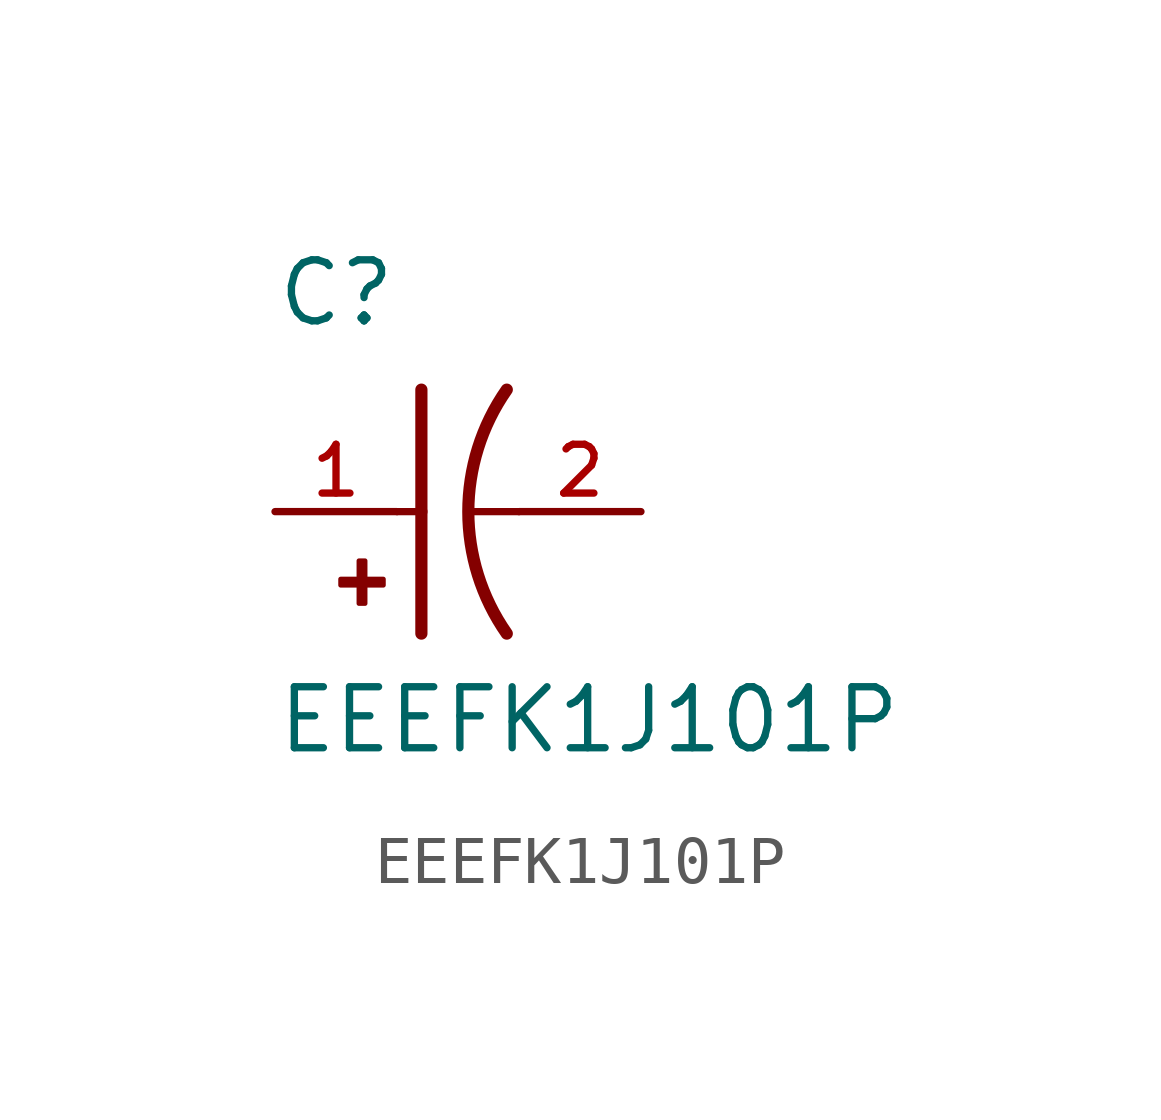
<source format=kicad_sym>
(kicad_symbol_lib
  (version 20211014)
  (generator kicad_symbol_editor)
  (symbol "EEEFK1J101P"
    (pin_names
      (offset 1.016))
    (property "Reference" "C"
      (at -2.54 3.81 0)
      (effects (font (size 1.27 1.27)) (justify bottom left)))
    (property "Value" "EEEFK1J101P"
      (at -2.54 -5.08 0)
      (effects (font (size 1.27 1.27)) (justify bottom left)))
    (symbol "EEEFK1J101P_0_0"
      (arc (start 2.286 -2.54) (mid 1.4851 -0.0) (end 2.286 2.54) (stroke (width 0.254) (type default) (color 0 0 0 0)) (fill (type none)))
      (polyline (pts (xy 0.508 2.54) (xy 0.508 0.0)) (stroke (width 0.254)))
      (rectangle (start -1.173 -1.532) (end -0.284 -1.405) (stroke (width 0.1)) (fill (type outline)))
      (rectangle (start -0.792 -1.913) (end -0.665 -1.024) (stroke (width 0.1)) (fill (type outline)))
      (polyline (pts (xy 0.508 0.0) (xy 0.508 -2.54)) (stroke (width 0.254)))
      (polyline (pts (xy 0.0 0.0) (xy 0.508 0.0)) (stroke (width 0.152)))
      (polyline (pts (xy 2.54 0.0) (xy 1.524 0.0)) (stroke (width 0.152)))
      (pin passive line (at -2.54 0.0 0) (length 2.54) (name "~" (effects (font (size 1.016 1.016)))) (number "1" (effects (font (size 1.016 1.016)))))
      (pin passive line (at 5.08 0.0 180.0) (length 2.54) (name "~" (effects (font (size 1.016 1.016)))) (number "2" (effects (font (size 1.016 1.016))))))))
</source>
